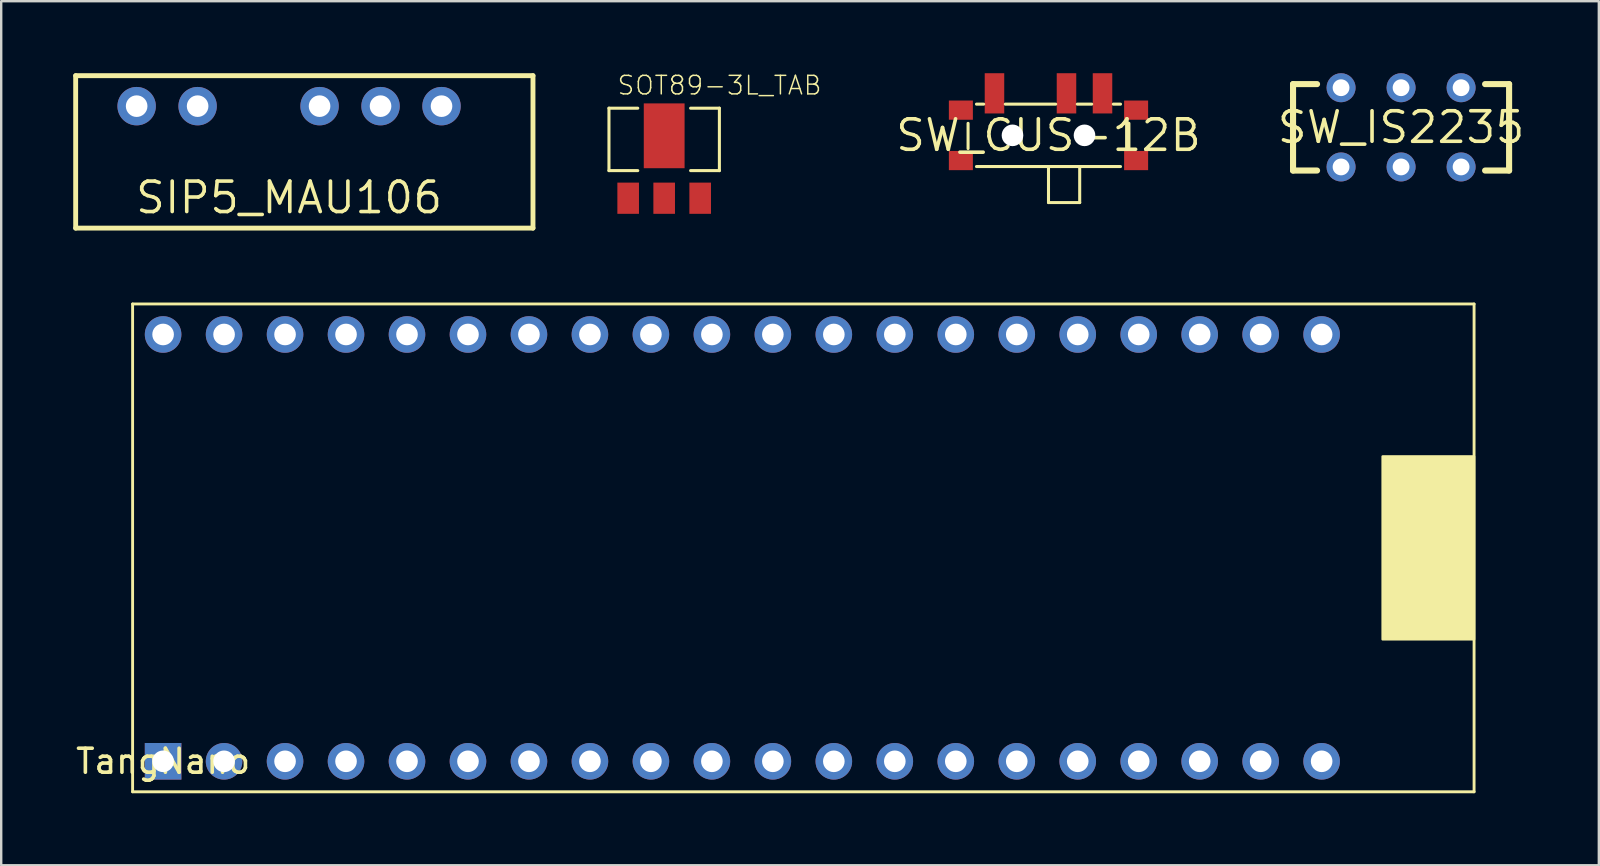
<source format=kicad_pcb>
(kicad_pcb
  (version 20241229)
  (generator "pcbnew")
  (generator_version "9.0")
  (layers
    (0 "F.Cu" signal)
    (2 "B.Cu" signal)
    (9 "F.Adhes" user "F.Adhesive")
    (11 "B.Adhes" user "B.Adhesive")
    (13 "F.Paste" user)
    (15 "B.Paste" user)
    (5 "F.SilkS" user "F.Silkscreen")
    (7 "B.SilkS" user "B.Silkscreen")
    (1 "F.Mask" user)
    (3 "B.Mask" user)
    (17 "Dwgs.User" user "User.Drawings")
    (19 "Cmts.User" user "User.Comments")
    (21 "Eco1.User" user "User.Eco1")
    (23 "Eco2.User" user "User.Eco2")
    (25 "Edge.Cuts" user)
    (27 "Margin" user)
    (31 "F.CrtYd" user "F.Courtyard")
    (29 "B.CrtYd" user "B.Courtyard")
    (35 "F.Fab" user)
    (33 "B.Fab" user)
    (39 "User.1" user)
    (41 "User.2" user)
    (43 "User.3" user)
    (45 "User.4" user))
  (footprint "SIP5_MAU106"
    (layer "F.Cu")
    (at 8.992 5.182)
    (property "Reference" "SIP5_MAU106" (at 0 0 0) (layer "F.SilkS") (effects (font (size 1.27 1.27) (thickness 0.15))))
    (attr through_hole)
    (fp_line (start -8.89 -5.08) (end -8.89 1.27) (stroke (width 0.203) (type solid)) (layer "F.SilkS"))
    (fp_line (start -8.89 -5.08) (end 10.16 -5.08) (stroke (width 0.203) (type solid)) (layer "F.SilkS"))
    (fp_line (start 10.16 1.27) (end -8.89 1.27) (stroke (width 0.203) (type solid)) (layer "F.SilkS"))
    (fp_line (start 10.16 1.27) (end 10.16 -5.08) (stroke (width 0.203) (type solid)) (layer "F.SilkS"))
    (pad "P$1" thru_hole circle (at -6.35 -3.81) (size 1.6 1.6) (drill 0.9) (layers "*.Cu" "*.Mask"))
    (pad "P$2" thru_hole circle (at -3.81 -3.81) (size 1.6 1.6) (drill 0.9) (layers "*.Cu" "*.Mask"))
    (pad "P$3" thru_hole circle (at 1.27 -3.81) (size 1.6 1.6) (drill 0.9) (layers "*.Cu" "*.Mask"))
    (pad "P$4" thru_hole circle (at 3.81 -3.81) (size 1.6 1.6) (drill 0.9) (layers "*.Cu" "*.Mask"))
    (pad "P$5" thru_hole circle (at 6.35 -3.81) (size 1.6 1.6) (drill 0.9) (layers "*.Cu" "*.Mask")))
  (footprint "SOT89-3L_TAB"
    (layer "F.Cu")
    (at 24.617 3.957)
    (property "Reference" "SOT89-3L_TAB" (at -2 -3 0) (layer "F.SilkS") (effects (font (size 0.772 0.772) (thickness 0.062)) (justify left bottom)))
    (attr smd)
    (fp_line (start -2.3 -2.5) (end -2.3 0.1) (stroke (width 0.127) (type solid)) (layer "F.SilkS"))
    (fp_line (start -2.3 0.1) (end -1.1 0.1) (stroke (width 0.127) (type solid)) (layer "F.SilkS"))
    (fp_line (start -1.1 -2.5) (end -2.3 -2.5) (stroke (width 0.127) (type solid)) (layer "F.SilkS"))
    (fp_line (start 1.1 -2.5) (end 2.3 -2.5) (stroke (width 0.127) (type solid)) (layer "F.SilkS"))
    (fp_line (start 2.3 -2.5) (end 2.3 0.1) (stroke (width 0.127) (type solid)) (layer "F.SilkS"))
    (fp_line (start 2.3 0.1) (end 1.1 0.1) (stroke (width 0.127) (type solid)) (layer "F.SilkS"))
    (pad "1" smd rect (at -1.5 1.25 90) (size 1.3 0.9) (layers "F.Cu" "F.Mask" "F.Paste"))
    (pad "2" smd rect (at 0 1.25 90) (size 1.3 0.9) (layers "F.Cu" "F.Mask" "F.Paste"))
    (pad "3" smd rect (at 1.5 1.25 90) (size 1.3 0.9) (layers "F.Cu" "F.Mask" "F.Paste"))
    (pad "4" smd rect (at 0 -1.35) (size 1.7 2.7) (layers "F.Cu" "F.Mask" "F.Paste")))
  (footprint "SW_CUS-12B"
    (layer "F.Cu")
    (at 40.626 2.588)
    (property "Reference" "SW_CUS-12B" (at 0 0 0) (layer "F.SilkS") (effects (font (size 1.27 1.27) (thickness 0.15))))
    (attr through_hole)
    (fp_poly (pts (xy -4.15 -0.65) (xy -3.15 -0.65) (xy -3.15 -1.45) (xy -4.15 -1.45)) (stroke (width 0) (type solid)) (fill yes) (layer "F.Cu"))
    (fp_poly (pts (xy -4.15 1.45) (xy -3.15 1.45) (xy -3.15 0.65) (xy -4.15 0.65)) (stroke (width 0) (type solid)) (fill yes) (layer "F.Cu"))
    (fp_poly (pts (xy 3.15 -0.65) (xy 4.15 -0.65) (xy 4.15 -1.45) (xy 3.15 -1.45)) (stroke (width 0) (type solid)) (fill yes) (layer "F.Cu"))
    (fp_poly (pts (xy 3.15 1.45) (xy 4.15 1.45) (xy 4.15 0.65) (xy 3.15 0.65)) (stroke (width 0) (type solid)) (fill yes) (layer "F.Cu"))
    (fp_poly (pts (xy -4.25 -0.55) (xy -3.05 -0.55) (xy -3.05 -1.55) (xy -4.25 -1.55)) (stroke (width 0) (type solid)) (fill yes) (layer "F.Mask"))
    (fp_poly (pts (xy -4.25 1.55) (xy -3.05 1.55) (xy -3.05 0.55) (xy -4.25 0.55)) (stroke (width 0) (type solid)) (fill yes) (layer "F.Mask"))
    (fp_poly (pts (xy 3.05 -0.55) (xy 4.25 -0.55) (xy 4.25 -1.55) (xy 3.05 -1.55)) (stroke (width 0) (type solid)) (fill yes) (layer "F.Mask"))
    (fp_poly (pts (xy 3.05 1.55) (xy 4.25 1.55) (xy 4.25 0.55) (xy 3.05 0.55)) (stroke (width 0) (type solid)) (fill yes) (layer "F.Mask"))
    (fp_line (start -3.35 0.55) (end -3.35 -0.5) (stroke (width 0.127) (type solid)) (layer "F.SilkS"))
    (fp_line (start -3 1.3) (end 0 1.3) (stroke (width 0.127) (type solid)) (layer "F.SilkS"))
    (fp_line (start -2.7 -1.3) (end -3 -1.3) (stroke (width 0.127) (type solid)) (layer "F.SilkS"))
    (fp_line (start -1.8 -1.3) (end 0.3 -1.3) (stroke (width 0.127) (type solid)) (layer "F.SilkS"))
    (fp_line (start 0 1.3) (end 1.3 1.3) (stroke (width 0.127) (type solid)) (layer "F.SilkS"))
    (fp_line (start 0 2.8) (end 0 1.3) (stroke (width 0.127) (type solid)) (layer "F.SilkS"))
    (fp_line (start 1.2 -1.3) (end 1.8 -1.3) (stroke (width 0.127) (type solid)) (layer "F.SilkS"))
    (fp_line (start 1.3 1.3) (end 3 1.3) (stroke (width 0.127) (type solid)) (layer "F.SilkS"))
    (fp_line (start 1.3 2.8) (end 0 2.8) (stroke (width 0.127) (type solid)) (layer "F.SilkS"))
    (fp_line (start 1.3 2.8) (end 1.3 1.3) (stroke (width 0.127) (type solid)) (layer "F.SilkS"))
    (fp_line (start 2.7 -1.3) (end 3 -1.3) (stroke (width 0.127) (type solid)) (layer "F.SilkS"))
    (fp_line (start 3.35 0.5) (end 3.35 -0.5) (stroke (width 0.127) (type solid)) (layer "F.SilkS"))
    (fp_poly (pts (xy -4.15 -0.65) (xy -3.15 -0.65) (xy -3.15 -1.45) (xy -4.15 -1.45)) (stroke (width 0) (type solid)) (fill yes) (layer "F.Paste"))
    (fp_poly (pts (xy -4.15 1.45) (xy -3.15 1.45) (xy -3.15 0.65) (xy -4.15 0.65)) (stroke (width 0) (type solid)) (fill yes) (layer "F.Paste"))
    (fp_poly (pts (xy 3.15 -0.65) (xy 4.15 -0.65) (xy 4.15 -1.45) (xy 3.15 -1.45)) (stroke (width 0) (type solid)) (fill yes) (layer "F.Paste"))
    (fp_poly (pts (xy 3.15 1.45) (xy 4.15 1.45) (xy 4.15 0.65) (xy 3.15 0.65)) (stroke (width 0) (type solid)) (fill yes) (layer "F.Paste"))
    (pad "" np_thru_hole circle (at -1.5 0) (size 0.9 0.9) (drill 0.9) (layers "*.Cu" "*.Mask"))
    (pad "" np_thru_hole circle (at 1.5 0) (size 0.9 0.9) (drill 0.9) (layers "*.Cu" "*.Mask"))
    (pad "P$1" smd rect (at -2.25 -1.75 90) (size 1.676 0.813) (layers "F.Cu" "F.Mask" "F.Paste"))
    (pad "P$2" smd rect (at 0.75 -1.75 90) (size 1.676 0.813) (layers "F.Cu" "F.Mask" "F.Paste"))
    (pad "P$3" smd rect (at 2.25 -1.75 90) (size 1.676 0.813) (layers "F.Cu" "F.Mask" "F.Paste")))
  (footprint "SW_IS2235"
    (layer "F.Cu")
    (at 55.313 2.254)
    (property "Reference" "SW_IS2235" (at 0 0 0) (layer "F.SilkS") (effects (font (size 1.27 1.27) (thickness 0.15))))
    (attr through_hole)
    (fp_line (start -4.5 -1.8) (end -3.5 -1.8) (stroke (width 0.254) (type solid)) (layer "F.SilkS"))
    (fp_line (start -4.5 1.8) (end -4.5 -1.8) (stroke (width 0.254) (type solid)) (layer "F.SilkS"))
    (fp_line (start -4.5 1.8) (end -3.5 1.8) (stroke (width 0.254) (type solid)) (layer "F.SilkS"))
    (fp_line (start 3.5 -1.8) (end 4.5 -1.8) (stroke (width 0.254) (type solid)) (layer "F.SilkS"))
    (fp_line (start 3.5 1.8) (end 4.5 1.8) (stroke (width 0.254) (type solid)) (layer "F.SilkS"))
    (fp_line (start 4.5 -1.8) (end 4.5 1.8) (stroke (width 0.254) (type solid)) (layer "F.SilkS"))
    (pad "P$A1" thru_hole circle (at -2.5 1.65) (size 1.208 1.208) (drill 0.7) (layers "*.Cu" "*.Mask"))
    (pad "P$A2" thru_hole circle (at -2.5 -1.65) (size 1.208 1.208) (drill 0.7) (layers "*.Cu" "*.Mask"))
    (pad "P$B1" thru_hole circle (at 2.5 1.65) (size 1.208 1.208) (drill 0.7) (layers "*.Cu" "*.Mask"))
    (pad "P$B2" thru_hole circle (at 2.5 -1.65) (size 1.208 1.208) (drill 0.7) (layers "*.Cu" "*.Mask"))
    (pad "P$C1" thru_hole circle (at 0 1.65) (size 1.208 1.208) (drill 0.7) (layers "*.Cu" "*.Mask"))
    (pad "P$C2" thru_hole circle (at 0 -1.65) (size 1.208 1.208) (drill 0.7) (layers "*.Cu" "*.Mask")))
  (footprint "TangNano"
    (layer "F.Cu")
    (at 30.414 19.773)
    (property "Reference" "TangNano" (at -26.67 8.89 0) (layer "F.SilkS") (effects (font (size 1 1) (thickness 0.15))))
    (attr through_hole)
    (fp_line (start -27.94 -10.16) (end 27.94 -10.16) (stroke (width 0.12) (type solid)) (layer "F.SilkS"))
    (fp_line (start -27.94 10.16) (end -27.94 -10.16) (stroke (width 0.12) (type solid)) (layer "F.SilkS"))
    (fp_line (start 27.94 -10.16) (end 27.94 10.16) (stroke (width 0.12) (type solid)) (layer "F.SilkS"))
    (fp_line (start 27.94 10.16) (end -27.94 10.16) (stroke (width 0.12) (type solid)) (layer "F.SilkS"))
    (fp_poly (pts (xy 27.94 3.81) (xy 24.13 3.81) (xy 24.13 -3.81) (xy 27.94 -3.81)) (stroke (width 0.1) (type solid)) (fill yes) (layer "F.SilkS"))
    (pad "1" thru_hole rect (at -26.67 8.89) (size 1.524 1.524) (drill 0.9) (layers "*.Cu" "*.Mask"))
    (pad "2" thru_hole circle (at -24.13 8.89) (size 1.524 1.524) (drill 0.9) (layers "*.Cu" "*.Mask"))
    (pad "3" thru_hole circle (at -21.59 8.89) (size 1.524 1.524) (drill 0.9) (layers "*.Cu" "*.Mask"))
    (pad "4" thru_hole circle (at -19.05 8.89) (size 1.524 1.524) (drill 0.9) (layers "*.Cu" "*.Mask"))
    (pad "5" thru_hole circle (at -16.51 8.89) (size 1.524 1.524) (drill 0.9) (layers "*.Cu" "*.Mask"))
    (pad "6" thru_hole circle (at -13.97 8.89) (size 1.524 1.524) (drill 0.9) (layers "*.Cu" "*.Mask"))
    (pad "7" thru_hole circle (at -11.43 8.89) (size 1.524 1.524) (drill 0.9) (layers "*.Cu" "*.Mask"))
    (pad "8" thru_hole circle (at -8.89 8.89) (size 1.524 1.524) (drill 0.9) (layers "*.Cu" "*.Mask"))
    (pad "9" thru_hole circle (at -6.35 8.89) (size 1.524 1.524) (drill 0.9) (layers "*.Cu" "*.Mask"))
    (pad "10" thru_hole circle (at -3.81 8.89) (size 1.524 1.524) (drill 0.9) (layers "*.Cu" "*.Mask"))
    (pad "11" thru_hole circle (at -1.27 8.89) (size 1.524 1.524) (drill 0.9) (layers "*.Cu" "*.Mask"))
    (pad "12" thru_hole circle (at 1.27 8.89) (size 1.524 1.524) (drill 0.9) (layers "*.Cu" "*.Mask"))
    (pad "13" thru_hole circle (at 3.81 8.89) (size 1.524 1.524) (drill 0.9) (layers "*.Cu" "*.Mask"))
    (pad "14" thru_hole circle (at 6.35 8.89) (size 1.524 1.524) (drill 0.9) (layers "*.Cu" "*.Mask"))
    (pad "15" thru_hole circle (at 8.89 8.89) (size 1.524 1.524) (drill 0.9) (layers "*.Cu" "*.Mask"))
    (pad "16" thru_hole circle (at 11.43 8.89) (size 1.524 1.524) (drill 0.9) (layers "*.Cu" "*.Mask"))
    (pad "17" thru_hole circle (at 13.97 8.89) (size 1.524 1.524) (drill 0.9) (layers "*.Cu" "*.Mask"))
    (pad "18" thru_hole circle (at 16.51 8.89) (size 1.524 1.524) (drill 0.9) (layers "*.Cu" "*.Mask"))
    (pad "19" thru_hole circle (at 19.05 8.89) (size 1.524 1.524) (drill 0.9) (layers "*.Cu" "*.Mask"))
    (pad "20" thru_hole circle (at 21.59 8.89) (size 1.524 1.524) (drill 0.9) (layers "*.Cu" "*.Mask"))
    (pad "21" thru_hole circle (at 21.59 -8.89) (size 1.524 1.524) (drill 0.9) (layers "*.Cu" "*.Mask"))
    (pad "22" thru_hole circle (at 19.05 -8.89) (size 1.524 1.524) (drill 0.9) (layers "*.Cu" "*.Mask"))
    (pad "23" thru_hole circle (at 16.51 -8.89) (size 1.524 1.524) (drill 0.9) (layers "*.Cu" "*.Mask"))
    (pad "24" thru_hole circle (at 13.97 -8.89) (size 1.524 1.524) (drill 0.9) (layers "*.Cu" "*.Mask"))
    (pad "25" thru_hole circle (at 11.43 -8.89) (size 1.524 1.524) (drill 0.9) (layers "*.Cu" "*.Mask"))
    (pad "26" thru_hole circle (at 8.89 -8.89) (size 1.524 1.524) (drill 0.9) (layers "*.Cu" "*.Mask"))
    (pad "27" thru_hole circle (at 6.35 -8.89) (size 1.524 1.524) (drill 0.9) (layers "*.Cu" "*.Mask"))
    (pad "28" thru_hole circle (at 3.81 -8.89) (size 1.524 1.524) (drill 0.9) (layers "*.Cu" "*.Mask"))
    (pad "29" thru_hole circle (at 1.27 -8.89) (size 1.524 1.524) (drill 0.9) (layers "*.Cu" "*.Mask"))
    (pad "30" thru_hole circle (at -1.27 -8.89) (size 1.524 1.524) (drill 0.9) (layers "*.Cu" "*.Mask"))
    (pad "31" thru_hole circle (at -3.81 -8.89) (size 1.524 1.524) (drill 0.9) (layers "*.Cu" "*.Mask"))
    (pad "32" thru_hole circle (at -6.35 -8.89) (size 1.524 1.524) (drill 0.9) (layers "*.Cu" "*.Mask"))
    (pad "33" thru_hole circle (at -8.89 -8.89) (size 1.524 1.524) (drill 0.9) (layers "*.Cu" "*.Mask"))
    (pad "34" thru_hole circle (at -11.43 -8.89) (size 1.524 1.524) (drill 0.9) (layers "*.Cu" "*.Mask"))
    (pad "35" thru_hole circle (at -13.97 -8.89) (size 1.524 1.524) (drill 0.9) (layers "*.Cu" "*.Mask"))
    (pad "36" thru_hole circle (at -16.51 -8.89) (size 1.524 1.524) (drill 0.9) (layers "*.Cu" "*.Mask"))
    (pad "37" thru_hole circle (at -19.05 -8.89) (size 1.524 1.524) (drill 0.9) (layers "*.Cu" "*.Mask"))
    (pad "38" thru_hole circle (at -21.59 -8.89) (size 1.524 1.524) (drill 0.9) (layers "*.Cu" "*.Mask"))
    (pad "39" thru_hole circle (at -24.13 -8.89) (size 1.524 1.524) (drill 0.9) (layers "*.Cu" "*.Mask"))
    (pad "40" thru_hole circle (at -26.67 -8.89) (size 1.524 1.524) (drill 0.9) (layers "*.Cu" "*.Mask")))
  (gr_rect
    (start -3 -3)
    (end 63.551 32.993)
    (stroke (width 0.1) (type default))
    (fill no)
    (layer "Edge.Cuts")))
</source>
